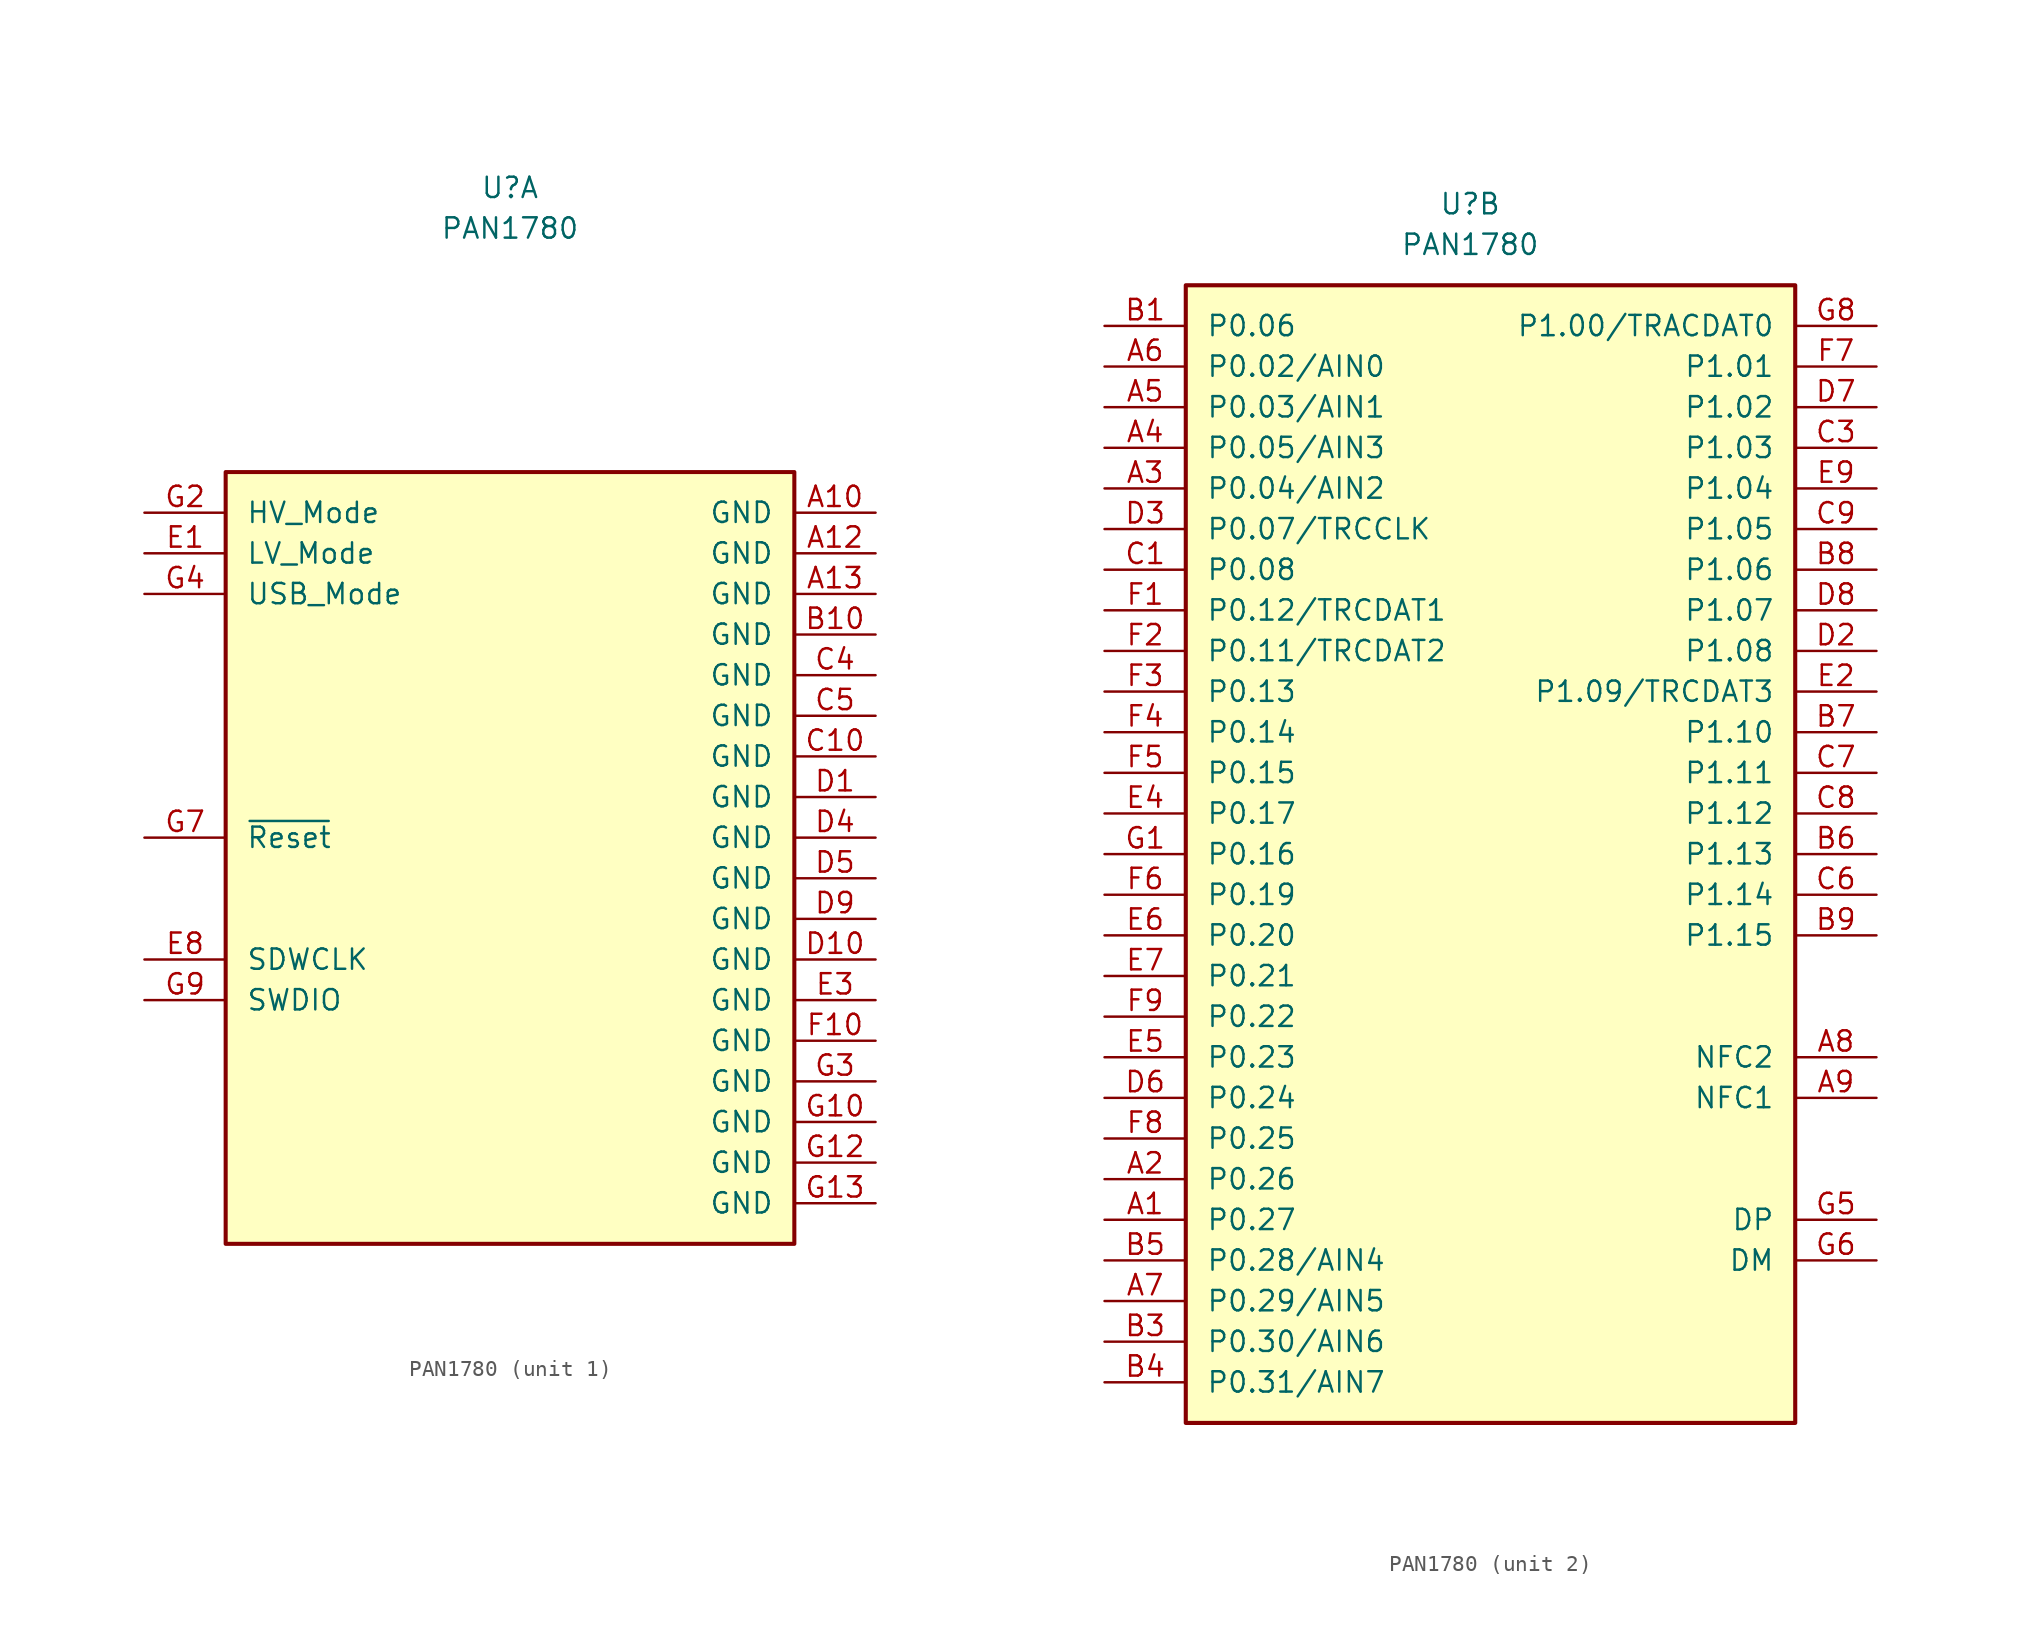
<source format=kicad_sym>
(kicad_symbol_lib
  (version 20211014)
  (generator kicad_symbol_editor)
  (symbol "PAN1780"
    (pin_names
      (offset 1.27))
    (property "Reference" "U"
      (at 0 40.64 0)
      (effects (font (size 1.27 1.27))))
    (property "Value" "PAN1780"
      (at 0 38.1 0)
      (effects (font (size 1.27 1.27))))
    (property "ki_locked" ""
      (at 0 0 0)
      (effects (font (size 1.27 1.27))))
    (symbol "PAN1780_1_1"
      (rectangle (start -17.78 22.86) (end 17.78 -25.4) (stroke (width 0.254) (type default) (color 0 0 0 0)) (fill (type background)))
      (pin power_in line (at 22.86 20.32 180) (length 5.08) (name "GND" (effects (font (size 1.27 1.27)))) (number "A10" (effects (font (size 1.27 1.27)))))
      (pin power_in line (at 22.86 17.78 180) (length 5.08) (name "GND" (effects (font (size 1.27 1.27)))) (number "A12" (effects (font (size 1.27 1.27)))))
      (pin power_in line (at 22.86 15.24 180) (length 5.08) (name "GND" (effects (font (size 1.27 1.27)))) (number "A13" (effects (font (size 1.27 1.27)))))
      (pin power_in line (at 22.86 12.7 180) (length 5.08) (name "GND" (effects (font (size 1.27 1.27)))) (number "B10" (effects (font (size 1.27 1.27)))))
      (pin no_connect line (at -17.78 -17.78 0) (length 5.08) hide (name "X32k_OUT" (effects (font (size 1.27 1.27)))) (number "B2" (effects (font (size 1.27 1.27)))))
      (pin power_in line (at 22.86 5.08 180) (length 5.08) (name "GND" (effects (font (size 1.27 1.27)))) (number "C10" (effects (font (size 1.27 1.27)))))
      (pin no_connect line (at -17.78 -20.32 0) (length 5.08) hide (name "X32k_IN" (effects (font (size 1.27 1.27)))) (number "C2" (effects (font (size 1.27 1.27)))))
      (pin power_in line (at 22.86 10.16 180) (length 5.08) (name "GND" (effects (font (size 1.27 1.27)))) (number "C4" (effects (font (size 1.27 1.27)))))
      (pin power_in line (at 22.86 7.62 180) (length 5.08) (name "GND" (effects (font (size 1.27 1.27)))) (number "C5" (effects (font (size 1.27 1.27)))))
      (pin power_in line (at 22.86 2.54 180) (length 5.08) (name "GND" (effects (font (size 1.27 1.27)))) (number "D1" (effects (font (size 1.27 1.27)))))
      (pin power_in line (at 22.86 -7.62 180) (length 5.08) (name "GND" (effects (font (size 1.27 1.27)))) (number "D10" (effects (font (size 1.27 1.27)))))
      (pin power_in line (at 22.86 0 180) (length 5.08) (name "GND" (effects (font (size 1.27 1.27)))) (number "D4" (effects (font (size 1.27 1.27)))))
      (pin power_in line (at 22.86 -2.54 180) (length 5.08) (name "GND" (effects (font (size 1.27 1.27)))) (number "D5" (effects (font (size 1.27 1.27)))))
      (pin power_in line (at 22.86 -5.08 180) (length 5.08) (name "GND" (effects (font (size 1.27 1.27)))) (number "D9" (effects (font (size 1.27 1.27)))))
      (pin power_in line (at -22.86 17.78 0) (length 5.08) (name "LV_Mode" (effects (font (size 1.27 1.27)))) (number "E1" (effects (font (size 1.27 1.27)))))
      (pin no_connect line (at -17.78 -22.86 0) (length 5.08) hide (name "RF_PIN" (effects (font (size 1.27 1.27)))) (number "E10" (effects (font (size 1.27 1.27)))))
      (pin power_in line (at 22.86 -10.16 180) (length 5.08) (name "GND" (effects (font (size 1.27 1.27)))) (number "E3" (effects (font (size 1.27 1.27)))))
      (pin bidirectional line (at -22.86 -7.62 0) (length 5.08) (name "SDWCLK" (effects (font (size 1.27 1.27)))) (number "E8" (effects (font (size 1.27 1.27)))))
      (pin power_in line (at 22.86 -12.7 180) (length 5.08) (name "GND" (effects (font (size 1.27 1.27)))) (number "F10" (effects (font (size 1.27 1.27)))))
      (pin power_in line (at 22.86 -17.78 180) (length 5.08) (name "GND" (effects (font (size 1.27 1.27)))) (number "G10" (effects (font (size 1.27 1.27)))))
      (pin power_in line (at 22.86 -20.32 180) (length 5.08) (name "GND" (effects (font (size 1.27 1.27)))) (number "G12" (effects (font (size 1.27 1.27)))))
      (pin power_in line (at 22.86 -22.86 180) (length 5.08) (name "GND" (effects (font (size 1.27 1.27)))) (number "G13" (effects (font (size 1.27 1.27)))))
      (pin power_in line (at -22.86 20.32 0) (length 5.08) (name "HV_Mode" (effects (font (size 1.27 1.27)))) (number "G2" (effects (font (size 1.27 1.27)))))
      (pin power_in line (at 22.86 -15.24 180) (length 5.08) (name "GND" (effects (font (size 1.27 1.27)))) (number "G3" (effects (font (size 1.27 1.27)))))
      (pin power_in line (at -22.86 15.24 0) (length 5.08) (name "USB_Mode" (effects (font (size 1.27 1.27)))) (number "G4" (effects (font (size 1.27 1.27)))))
      (pin input line (at -22.86 0 0) (length 5.08) (name "~{Reset}" (effects (font (size 1.27 1.27)))) (number "G7" (effects (font (size 1.27 1.27)))))
      (pin bidirectional line (at -22.86 -10.16 0) (length 5.08) (name "SWDIO" (effects (font (size 1.27 1.27)))) (number "G9" (effects (font (size 1.27 1.27))))))
    (symbol "PAN1780_2_1"
      (rectangle (start -17.78 -35.56) (end 20.32 35.56) (stroke (width 0.256) (type default) (color 0 0 0 0)) (fill (type background)))
      (pin bidirectional line (at -22.86 -22.86 0) (length 5.08) (name "P0.27" (effects (font (size 1.27 1.27)))) (number "A1" (effects (font (size 1.27 1.27)))))
      (pin bidirectional line (at -22.86 -20.32 0) (length 5.08) (name "P0.26" (effects (font (size 1.27 1.27)))) (number "A2" (effects (font (size 1.27 1.27)))))
      (pin bidirectional line (at -22.86 22.86 0) (length 5.08) (name "P0.04/AIN2" (effects (font (size 1.27 1.27)))) (number "A3" (effects (font (size 1.27 1.27)))))
      (pin bidirectional line (at -22.86 25.4 0) (length 5.08) (name "P0.05/AIN3" (effects (font (size 1.27 1.27)))) (number "A4" (effects (font (size 1.27 1.27)))))
      (pin bidirectional line (at -22.86 27.94 0) (length 5.08) (name "P0.03/AIN1" (effects (font (size 1.27 1.27)))) (number "A5" (effects (font (size 1.27 1.27)))))
      (pin bidirectional line (at -22.86 30.48 0) (length 5.08) (name "P0.02/AIN0" (effects (font (size 1.27 1.27)))) (number "A6" (effects (font (size 1.27 1.27)))))
      (pin bidirectional line (at -22.86 -27.94 0) (length 5.08) (name "P0.29/AIN5" (effects (font (size 1.27 1.27)))) (number "A7" (effects (font (size 1.27 1.27)))))
      (pin bidirectional line (at 25.4 -12.7 180) (length 5.08) (name "NFC2" (effects (font (size 1.27 1.27)))) (number "A8" (effects (font (size 1.27 1.27)))))
      (pin bidirectional line (at 25.4 -15.24 180) (length 5.08) (name "NFC1" (effects (font (size 1.27 1.27)))) (number "A9" (effects (font (size 1.27 1.27)))))
      (pin bidirectional line (at -22.86 33.02 0) (length 5.08) (name "P0.06" (effects (font (size 1.27 1.27)))) (number "B1" (effects (font (size 1.27 1.27)))))
      (pin bidirectional line (at -22.86 -30.48 0) (length 5.08) (name "P0.30/AIN6" (effects (font (size 1.27 1.27)))) (number "B3" (effects (font (size 1.27 1.27)))))
      (pin bidirectional line (at -22.86 -33.02 0) (length 5.08) (name "P0.31/AIN7" (effects (font (size 1.27 1.27)))) (number "B4" (effects (font (size 1.27 1.27)))))
      (pin bidirectional line (at -22.86 -25.4 0) (length 5.08) (name "P0.28/AIN4" (effects (font (size 1.27 1.27)))) (number "B5" (effects (font (size 1.27 1.27)))))
      (pin bidirectional line (at 25.4 0 180) (length 5.08) (name "P1.13" (effects (font (size 1.27 1.27)))) (number "B6" (effects (font (size 1.27 1.27)))))
      (pin bidirectional line (at 25.4 7.62 180) (length 5.08) (name "P1.10" (effects (font (size 1.27 1.27)))) (number "B7" (effects (font (size 1.27 1.27)))))
      (pin bidirectional line (at 25.4 17.78 180) (length 5.08) (name "P1.06" (effects (font (size 1.27 1.27)))) (number "B8" (effects (font (size 1.27 1.27)))))
      (pin bidirectional line (at 25.4 -5.08 180) (length 5.08) (name "P1.15" (effects (font (size 1.27 1.27)))) (number "B9" (effects (font (size 1.27 1.27)))))
      (pin bidirectional line (at -22.86 17.78 0) (length 5.08) (name "P0.08" (effects (font (size 1.27 1.27)))) (number "C1" (effects (font (size 1.27 1.27)))))
      (pin bidirectional line (at 25.4 25.4 180) (length 5.08) (name "P1.03" (effects (font (size 1.27 1.27)))) (number "C3" (effects (font (size 1.27 1.27)))))
      (pin bidirectional line (at 25.4 -2.54 180) (length 5.08) (name "P1.14" (effects (font (size 1.27 1.27)))) (number "C6" (effects (font (size 1.27 1.27)))))
      (pin bidirectional line (at 25.4 5.08 180) (length 5.08) (name "P1.11" (effects (font (size 1.27 1.27)))) (number "C7" (effects (font (size 1.27 1.27)))))
      (pin bidirectional line (at 25.4 2.54 180) (length 5.08) (name "P1.12" (effects (font (size 1.27 1.27)))) (number "C8" (effects (font (size 1.27 1.27)))))
      (pin bidirectional line (at 25.4 20.32 180) (length 5.08) (name "P1.05" (effects (font (size 1.27 1.27)))) (number "C9" (effects (font (size 1.27 1.27)))))
      (pin bidirectional line (at 25.4 12.7 180) (length 5.08) (name "P1.08" (effects (font (size 1.27 1.27)))) (number "D2" (effects (font (size 1.27 1.27)))))
      (pin bidirectional line (at -22.86 20.32 0) (length 5.08) (name "P0.07/TRCCLK" (effects (font (size 1.27 1.27)))) (number "D3" (effects (font (size 1.27 1.27)))))
      (pin bidirectional line (at -22.86 -15.24 0) (length 5.08) (name "P0.24" (effects (font (size 1.27 1.27)))) (number "D6" (effects (font (size 1.27 1.27)))))
      (pin bidirectional line (at 25.4 27.94 180) (length 5.08) (name "P1.02" (effects (font (size 1.27 1.27)))) (number "D7" (effects (font (size 1.27 1.27)))))
      (pin bidirectional line (at 25.4 15.24 180) (length 5.08) (name "P1.07" (effects (font (size 1.27 1.27)))) (number "D8" (effects (font (size 1.27 1.27)))))
      (pin bidirectional line (at -22.86 2.54 0) (length 5.08) (name "P0.17" (effects (font (size 1.27 1.27)))) (number "E4" (effects (font (size 1.27 1.27)))))
      (pin bidirectional line (at -22.86 -12.7 0) (length 5.08) (name "P0.23" (effects (font (size 1.27 1.27)))) (number "E5" (effects (font (size 1.27 1.27)))))
      (pin bidirectional line (at -22.86 -5.08 0) (length 5.08) (name "P0.20" (effects (font (size 1.27 1.27)))) (number "E6" (effects (font (size 1.27 1.27)))))
      (pin bidirectional line (at -22.86 -7.62 0) (length 5.08) (name "P0.21" (effects (font (size 1.27 1.27)))) (number "E7" (effects (font (size 1.27 1.27)))))
      (pin bidirectional line (at 25.4 22.86 180) (length 5.08) (name "P1.04" (effects (font (size 1.27 1.27)))) (number "E9" (effects (font (size 1.27 1.27)))))
      (pin bidirectional line (at -22.86 15.24 0) (length 5.08) (name "P0.12/TRCDAT1" (effects (font (size 1.27 1.27)))) (number "F1" (effects (font (size 1.27 1.27)))))
      (pin bidirectional line (at -22.86 12.7 0) (length 5.08) (name "P0.11/TRCDAT2" (effects (font (size 1.27 1.27)))) (number "F2" (effects (font (size 1.27 1.27)))))
      (pin bidirectional line (at -22.86 10.16 0) (length 5.08) (name "P0.13" (effects (font (size 1.27 1.27)))) (number "F3" (effects (font (size 1.27 1.27)))))
      (pin bidirectional line (at -22.86 7.62 0) (length 5.08) (name "P0.14" (effects (font (size 1.27 1.27)))) (number "F4" (effects (font (size 1.27 1.27)))))
      (pin bidirectional line (at -22.86 5.08 0) (length 5.08) (name "P0.15" (effects (font (size 1.27 1.27)))) (number "F5" (effects (font (size 1.27 1.27)))))
      (pin bidirectional line (at -22.86 -2.54 0) (length 5.08) (name "P0.19" (effects (font (size 1.27 1.27)))) (number "F6" (effects (font (size 1.27 1.27)))))
      (pin bidirectional line (at 25.4 30.48 180) (length 5.08) (name "P1.01" (effects (font (size 1.27 1.27)))) (number "F7" (effects (font (size 1.27 1.27)))))
      (pin bidirectional line (at -22.86 -17.78 0) (length 5.08) (name "P0.25" (effects (font (size 1.27 1.27)))) (number "F8" (effects (font (size 1.27 1.27)))))
      (pin bidirectional line (at -22.86 -10.16 0) (length 5.08) (name "P0.22" (effects (font (size 1.27 1.27)))) (number "F9" (effects (font (size 1.27 1.27)))))
      (pin bidirectional line (at -22.86 0 0) (length 5.08) (name "P0.16" (effects (font (size 1.27 1.27)))) (number "G1" (effects (font (size 1.27 1.27)))))
      (pin bidirectional line (at 25.4 -22.86 180) (length 5.08) (name "DP" (effects (font (size 1.27 1.27)))) (number "G5" (effects (font (size 1.27 1.27)))))
      (pin bidirectional line (at 25.4 -25.4 180) (length 5.08) (name "DM" (effects (font (size 1.27 1.27)))) (number "G6" (effects (font (size 1.27 1.27)))))
      (pin bidirectional line (at 25.4 33.02 180) (length 5.08) (name "P1.00/TRACDAT0" (effects (font (size 1.27 1.27)))) (number "G8" (effects (font (size 1.27 1.27)))))
      (pin bidirectional line (at 25.4 10.16 180) (length 5.08) (name "P1.09/TRCDAT3" (effects (font (size 1.27 1.27)))) (number "Е2" (effects (font (size 1.27 1.27))))))))
</source>
